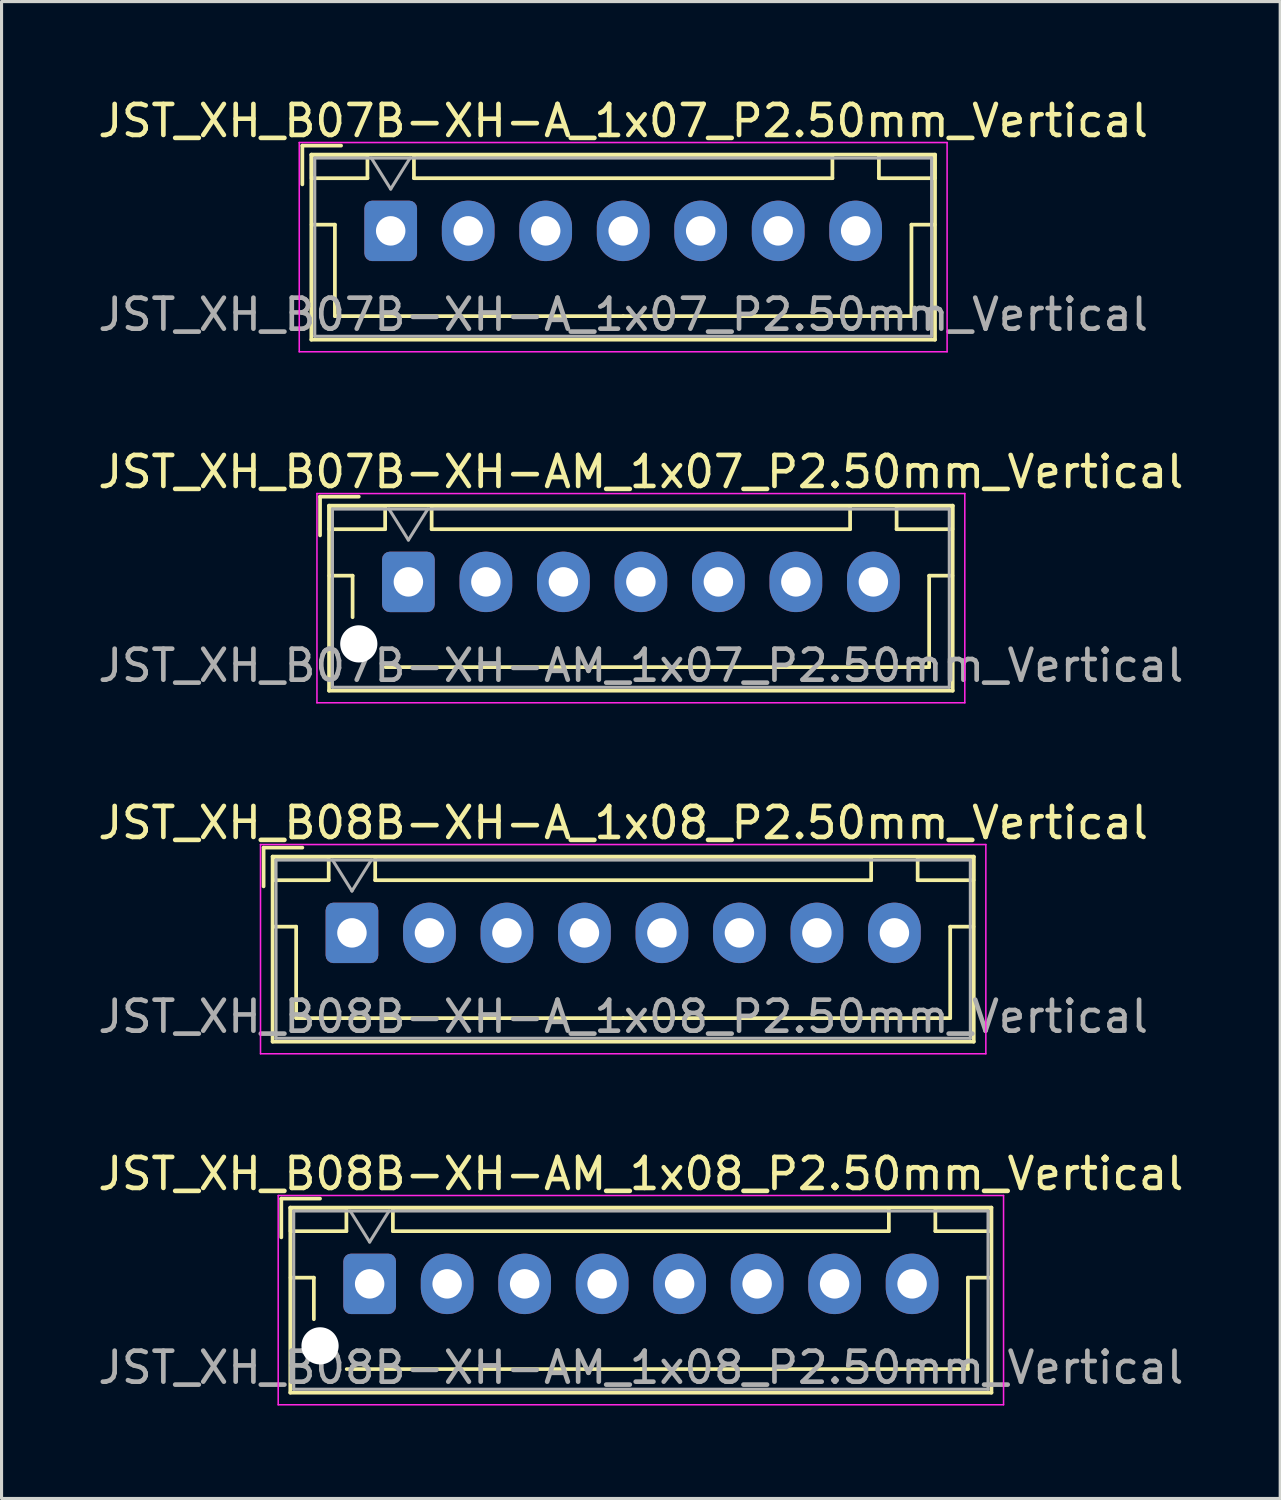
<source format=kicad_pcb>
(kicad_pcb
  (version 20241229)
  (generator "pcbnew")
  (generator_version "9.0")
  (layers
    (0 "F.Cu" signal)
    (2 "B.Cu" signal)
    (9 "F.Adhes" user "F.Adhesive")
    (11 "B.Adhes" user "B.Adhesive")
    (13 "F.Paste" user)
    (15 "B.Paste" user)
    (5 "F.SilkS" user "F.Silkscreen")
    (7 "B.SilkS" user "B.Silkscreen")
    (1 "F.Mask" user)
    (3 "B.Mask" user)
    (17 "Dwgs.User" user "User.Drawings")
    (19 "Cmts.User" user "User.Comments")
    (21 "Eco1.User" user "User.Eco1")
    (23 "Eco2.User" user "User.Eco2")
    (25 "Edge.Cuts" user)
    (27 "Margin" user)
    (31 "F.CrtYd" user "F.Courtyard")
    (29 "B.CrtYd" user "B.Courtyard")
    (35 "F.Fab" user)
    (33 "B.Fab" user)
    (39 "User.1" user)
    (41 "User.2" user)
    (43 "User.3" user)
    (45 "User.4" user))
  (footprint "JST_XH_B08B-XH-AM_1x08_P2.50mm_Vertical"
    (layer "F.Cu")
    (at 8.875 38.368)
    (property "Reference" "JST_XH_B08B-XH-AM_1x08_P2.50mm_Vertical" (at 8.75 -3.55 0) (layer "F.SilkS") (effects (font (size 1 1) (thickness 0.15))))
    (attr through_hole)
    (fp_line (start -2.85 -2.75) (end -2.85 -1.5) (stroke (width 0.12) (type solid)) (layer "F.SilkS"))
    (fp_line (start -2.56 -2.46) (end -2.56 3.51) (stroke (width 0.12) (type solid)) (layer "F.SilkS"))
    (fp_line (start -2.56 3.51) (end 20.06 3.51) (stroke (width 0.12) (type solid)) (layer "F.SilkS"))
    (fp_line (start -2.55 -2.45) (end -2.55 -1.7) (stroke (width 0.12) (type solid)) (layer "F.SilkS"))
    (fp_line (start -2.55 -1.7) (end -0.75 -1.7) (stroke (width 0.12) (type solid)) (layer "F.SilkS"))
    (fp_line (start -2.55 -0.2) (end -1.8 -0.2) (stroke (width 0.12) (type solid)) (layer "F.SilkS"))
    (fp_line (start -1.8 -0.2) (end -1.8 1.14) (stroke (width 0.12) (type solid)) (layer "F.SilkS"))
    (fp_line (start -1.6 -2.75) (end -2.85 -2.75) (stroke (width 0.12) (type solid)) (layer "F.SilkS"))
    (fp_line (start -0.75 -2.45) (end -2.55 -2.45) (stroke (width 0.12) (type solid)) (layer "F.SilkS"))
    (fp_line (start -0.75 -1.7) (end -0.75 -2.45) (stroke (width 0.12) (type solid)) (layer "F.SilkS"))
    (fp_line (start 0.75 -2.45) (end 0.75 -1.7) (stroke (width 0.12) (type solid)) (layer "F.SilkS"))
    (fp_line (start 0.75 -1.7) (end 16.75 -1.7) (stroke (width 0.12) (type solid)) (layer "F.SilkS"))
    (fp_line (start 8.75 2.75) (end -0.74 2.75) (stroke (width 0.12) (type solid)) (layer "F.SilkS"))
    (fp_line (start 16.75 -2.45) (end 0.75 -2.45) (stroke (width 0.12) (type solid)) (layer "F.SilkS"))
    (fp_line (start 16.75 -1.7) (end 16.75 -2.45) (stroke (width 0.12) (type solid)) (layer "F.SilkS"))
    (fp_line (start 18.25 -2.45) (end 18.25 -1.7) (stroke (width 0.12) (type solid)) (layer "F.SilkS"))
    (fp_line (start 18.25 -1.7) (end 20.05 -1.7) (stroke (width 0.12) (type solid)) (layer "F.SilkS"))
    (fp_line (start 19.3 -0.2) (end 19.3 2.75) (stroke (width 0.12) (type solid)) (layer "F.SilkS"))
    (fp_line (start 19.3 2.75) (end 8.75 2.75) (stroke (width 0.12) (type solid)) (layer "F.SilkS"))
    (fp_line (start 20.05 -2.45) (end 18.25 -2.45) (stroke (width 0.12) (type solid)) (layer "F.SilkS"))
    (fp_line (start 20.05 -1.7) (end 20.05 -2.45) (stroke (width 0.12) (type solid)) (layer "F.SilkS"))
    (fp_line (start 20.05 -0.2) (end 19.3 -0.2) (stroke (width 0.12) (type solid)) (layer "F.SilkS"))
    (fp_line (start 20.06 -2.46) (end -2.56 -2.46) (stroke (width 0.12) (type solid)) (layer "F.SilkS"))
    (fp_line (start 20.06 3.51) (end 20.06 -2.46) (stroke (width 0.12) (type solid)) (layer "F.SilkS"))
    (fp_line (start -2.95 -2.85) (end -2.95 3.9) (stroke (width 0.05) (type solid)) (layer "F.CrtYd"))
    (fp_line (start -2.95 3.9) (end 20.45 3.9) (stroke (width 0.05) (type solid)) (layer "F.CrtYd"))
    (fp_line (start 20.45 -2.85) (end -2.95 -2.85) (stroke (width 0.05) (type solid)) (layer "F.CrtYd"))
    (fp_line (start 20.45 3.9) (end 20.45 -2.85) (stroke (width 0.05) (type solid)) (layer "F.CrtYd"))
    (fp_line (start -2.45 -2.35) (end -2.45 3.4) (stroke (width 0.1) (type solid)) (layer "F.Fab"))
    (fp_line (start -2.45 3.4) (end 19.95 3.4) (stroke (width 0.1) (type solid)) (layer "F.Fab"))
    (fp_line (start -0.625 -2.35) (end 0 -1.35) (stroke (width 0.1) (type solid)) (layer "F.Fab"))
    (fp_line (start 0 -1.35) (end 0.625 -2.35) (stroke (width 0.1) (type solid)) (layer "F.Fab"))
    (fp_line (start 19.95 -2.35) (end -2.45 -2.35) (stroke (width 0.1) (type solid)) (layer "F.Fab"))
    (fp_line (start 19.95 3.4) (end 19.95 -2.35) (stroke (width 0.1) (type solid)) (layer "F.Fab"))
    (fp_text user "${REFERENCE}" (at 8.75 2.7 0) (layer "F.Fab") (effects (font (size 1 1) (thickness 0.15))))
    (pad "" np_thru_hole circle (at -1.6 2) (size 1.2 1.2) (drill 1.2) (layers "*.Cu" "*.Mask"))
    (pad "1" thru_hole roundrect (at 0 0) (size 1.7 1.95) (drill 0.95) (layers "*.Cu" "*.Mask") (roundrect_rratio 0.147))
    (pad "2" thru_hole oval (at 2.5 0) (size 1.7 1.95) (drill 0.95) (layers "*.Cu" "*.Mask"))
    (pad "3" thru_hole oval (at 5 0) (size 1.7 1.95) (drill 0.95) (layers "*.Cu" "*.Mask"))
    (pad "4" thru_hole oval (at 7.5 0) (size 1.7 1.95) (drill 0.95) (layers "*.Cu" "*.Mask"))
    (pad "5" thru_hole oval (at 10 0) (size 1.7 1.95) (drill 0.95) (layers "*.Cu" "*.Mask"))
    (pad "6" thru_hole oval (at 12.5 0) (size 1.7 1.95) (drill 0.95) (layers "*.Cu" "*.Mask"))
    (pad "7" thru_hole oval (at 15 0) (size 1.7 1.95) (drill 0.95) (layers "*.Cu" "*.Mask"))
    (pad "8" thru_hole oval (at 17.5 0) (size 1.7 1.95) (drill 0.95) (layers "*.Cu" "*.Mask")))
  (footprint "JST_XH_B07B-XH-AM_1x07_P2.50mm_Vertical"
    (layer "F.Cu")
    (at 10.125 15.722)
    (property "Reference" "JST_XH_B07B-XH-AM_1x07_P2.50mm_Vertical" (at 7.5 -3.55 0) (layer "F.SilkS") (effects (font (size 1 1) (thickness 0.15))))
    (attr through_hole)
    (fp_line (start -2.85 -2.75) (end -2.85 -1.5) (stroke (width 0.12) (type solid)) (layer "F.SilkS"))
    (fp_line (start -2.56 -2.46) (end -2.56 3.51) (stroke (width 0.12) (type solid)) (layer "F.SilkS"))
    (fp_line (start -2.56 3.51) (end 17.56 3.51) (stroke (width 0.12) (type solid)) (layer "F.SilkS"))
    (fp_line (start -2.55 -2.45) (end -2.55 -1.7) (stroke (width 0.12) (type solid)) (layer "F.SilkS"))
    (fp_line (start -2.55 -1.7) (end -0.75 -1.7) (stroke (width 0.12) (type solid)) (layer "F.SilkS"))
    (fp_line (start -2.55 -0.2) (end -1.8 -0.2) (stroke (width 0.12) (type solid)) (layer "F.SilkS"))
    (fp_line (start -1.8 -0.2) (end -1.8 1.14) (stroke (width 0.12) (type solid)) (layer "F.SilkS"))
    (fp_line (start -1.6 -2.75) (end -2.85 -2.75) (stroke (width 0.12) (type solid)) (layer "F.SilkS"))
    (fp_line (start -0.75 -2.45) (end -2.55 -2.45) (stroke (width 0.12) (type solid)) (layer "F.SilkS"))
    (fp_line (start -0.75 -1.7) (end -0.75 -2.45) (stroke (width 0.12) (type solid)) (layer "F.SilkS"))
    (fp_line (start 0.75 -2.45) (end 0.75 -1.7) (stroke (width 0.12) (type solid)) (layer "F.SilkS"))
    (fp_line (start 0.75 -1.7) (end 14.25 -1.7) (stroke (width 0.12) (type solid)) (layer "F.SilkS"))
    (fp_line (start 7.5 2.75) (end -0.74 2.75) (stroke (width 0.12) (type solid)) (layer "F.SilkS"))
    (fp_line (start 14.25 -2.45) (end 0.75 -2.45) (stroke (width 0.12) (type solid)) (layer "F.SilkS"))
    (fp_line (start 14.25 -1.7) (end 14.25 -2.45) (stroke (width 0.12) (type solid)) (layer "F.SilkS"))
    (fp_line (start 15.75 -2.45) (end 15.75 -1.7) (stroke (width 0.12) (type solid)) (layer "F.SilkS"))
    (fp_line (start 15.75 -1.7) (end 17.55 -1.7) (stroke (width 0.12) (type solid)) (layer "F.SilkS"))
    (fp_line (start 16.8 -0.2) (end 16.8 2.75) (stroke (width 0.12) (type solid)) (layer "F.SilkS"))
    (fp_line (start 16.8 2.75) (end 7.5 2.75) (stroke (width 0.12) (type solid)) (layer "F.SilkS"))
    (fp_line (start 17.55 -2.45) (end 15.75 -2.45) (stroke (width 0.12) (type solid)) (layer "F.SilkS"))
    (fp_line (start 17.55 -1.7) (end 17.55 -2.45) (stroke (width 0.12) (type solid)) (layer "F.SilkS"))
    (fp_line (start 17.55 -0.2) (end 16.8 -0.2) (stroke (width 0.12) (type solid)) (layer "F.SilkS"))
    (fp_line (start 17.56 -2.46) (end -2.56 -2.46) (stroke (width 0.12) (type solid)) (layer "F.SilkS"))
    (fp_line (start 17.56 3.51) (end 17.56 -2.46) (stroke (width 0.12) (type solid)) (layer "F.SilkS"))
    (fp_line (start -2.95 -2.85) (end -2.95 3.9) (stroke (width 0.05) (type solid)) (layer "F.CrtYd"))
    (fp_line (start -2.95 3.9) (end 17.95 3.9) (stroke (width 0.05) (type solid)) (layer "F.CrtYd"))
    (fp_line (start 17.95 -2.85) (end -2.95 -2.85) (stroke (width 0.05) (type solid)) (layer "F.CrtYd"))
    (fp_line (start 17.95 3.9) (end 17.95 -2.85) (stroke (width 0.05) (type solid)) (layer "F.CrtYd"))
    (fp_line (start -2.45 -2.35) (end -2.45 3.4) (stroke (width 0.1) (type solid)) (layer "F.Fab"))
    (fp_line (start -2.45 3.4) (end 17.45 3.4) (stroke (width 0.1) (type solid)) (layer "F.Fab"))
    (fp_line (start -0.625 -2.35) (end 0 -1.35) (stroke (width 0.1) (type solid)) (layer "F.Fab"))
    (fp_line (start 0 -1.35) (end 0.625 -2.35) (stroke (width 0.1) (type solid)) (layer "F.Fab"))
    (fp_line (start 17.45 -2.35) (end -2.45 -2.35) (stroke (width 0.1) (type solid)) (layer "F.Fab"))
    (fp_line (start 17.45 3.4) (end 17.45 -2.35) (stroke (width 0.1) (type solid)) (layer "F.Fab"))
    (fp_text user "${REFERENCE}" (at 7.5 2.7 0) (layer "F.Fab") (effects (font (size 1 1) (thickness 0.15))))
    (pad "" np_thru_hole circle (at -1.6 2) (size 1.2 1.2) (drill 1.2) (layers "*.Cu" "*.Mask"))
    (pad "1" thru_hole roundrect (at 0 0) (size 1.7 1.95) (drill 0.95) (layers "*.Cu" "*.Mask") (roundrect_rratio 0.147))
    (pad "2" thru_hole oval (at 2.5 0) (size 1.7 1.95) (drill 0.95) (layers "*.Cu" "*.Mask"))
    (pad "3" thru_hole oval (at 5 0) (size 1.7 1.95) (drill 0.95) (layers "*.Cu" "*.Mask"))
    (pad "4" thru_hole oval (at 7.5 0) (size 1.7 1.95) (drill 0.95) (layers "*.Cu" "*.Mask"))
    (pad "5" thru_hole oval (at 10 0) (size 1.7 1.95) (drill 0.95) (layers "*.Cu" "*.Mask"))
    (pad "6" thru_hole oval (at 12.5 0) (size 1.7 1.95) (drill 0.95) (layers "*.Cu" "*.Mask"))
    (pad "7" thru_hole oval (at 15 0) (size 1.7 1.95) (drill 0.95) (layers "*.Cu" "*.Mask")))
  (footprint "JST_XH_B07B-XH-A_1x07_P2.50mm_Vertical"
    (layer "F.Cu")
    (at 9.554 4.398)
    (property "Reference" "JST_XH_B07B-XH-A_1x07_P2.50mm_Vertical" (at 7.5 -3.55 0) (layer "F.SilkS") (effects (font (size 1 1) (thickness 0.15))))
    (attr through_hole)
    (fp_line (start -2.85 -2.75) (end -2.85 -1.5) (stroke (width 0.12) (type solid)) (layer "F.SilkS"))
    (fp_line (start -2.56 -2.46) (end -2.56 3.51) (stroke (width 0.12) (type solid)) (layer "F.SilkS"))
    (fp_line (start -2.56 3.51) (end 17.56 3.51) (stroke (width 0.12) (type solid)) (layer "F.SilkS"))
    (fp_line (start -2.55 -2.45) (end -2.55 -1.7) (stroke (width 0.12) (type solid)) (layer "F.SilkS"))
    (fp_line (start -2.55 -1.7) (end -0.75 -1.7) (stroke (width 0.12) (type solid)) (layer "F.SilkS"))
    (fp_line (start -2.55 -0.2) (end -1.8 -0.2) (stroke (width 0.12) (type solid)) (layer "F.SilkS"))
    (fp_line (start -1.8 -0.2) (end -1.8 2.75) (stroke (width 0.12) (type solid)) (layer "F.SilkS"))
    (fp_line (start -1.8 2.75) (end 7.5 2.75) (stroke (width 0.12) (type solid)) (layer "F.SilkS"))
    (fp_line (start -1.6 -2.75) (end -2.85 -2.75) (stroke (width 0.12) (type solid)) (layer "F.SilkS"))
    (fp_line (start -0.75 -2.45) (end -2.55 -2.45) (stroke (width 0.12) (type solid)) (layer "F.SilkS"))
    (fp_line (start -0.75 -1.7) (end -0.75 -2.45) (stroke (width 0.12) (type solid)) (layer "F.SilkS"))
    (fp_line (start 0.75 -2.45) (end 0.75 -1.7) (stroke (width 0.12) (type solid)) (layer "F.SilkS"))
    (fp_line (start 0.75 -1.7) (end 14.25 -1.7) (stroke (width 0.12) (type solid)) (layer "F.SilkS"))
    (fp_line (start 14.25 -2.45) (end 0.75 -2.45) (stroke (width 0.12) (type solid)) (layer "F.SilkS"))
    (fp_line (start 14.25 -1.7) (end 14.25 -2.45) (stroke (width 0.12) (type solid)) (layer "F.SilkS"))
    (fp_line (start 15.75 -2.45) (end 15.75 -1.7) (stroke (width 0.12) (type solid)) (layer "F.SilkS"))
    (fp_line (start 15.75 -1.7) (end 17.55 -1.7) (stroke (width 0.12) (type solid)) (layer "F.SilkS"))
    (fp_line (start 16.8 -0.2) (end 16.8 2.75) (stroke (width 0.12) (type solid)) (layer "F.SilkS"))
    (fp_line (start 16.8 2.75) (end 7.5 2.75) (stroke (width 0.12) (type solid)) (layer "F.SilkS"))
    (fp_line (start 17.55 -2.45) (end 15.75 -2.45) (stroke (width 0.12) (type solid)) (layer "F.SilkS"))
    (fp_line (start 17.55 -1.7) (end 17.55 -2.45) (stroke (width 0.12) (type solid)) (layer "F.SilkS"))
    (fp_line (start 17.55 -0.2) (end 16.8 -0.2) (stroke (width 0.12) (type solid)) (layer "F.SilkS"))
    (fp_line (start 17.56 -2.46) (end -2.56 -2.46) (stroke (width 0.12) (type solid)) (layer "F.SilkS"))
    (fp_line (start 17.56 3.51) (end 17.56 -2.46) (stroke (width 0.12) (type solid)) (layer "F.SilkS"))
    (fp_line (start -2.95 -2.85) (end -2.95 3.9) (stroke (width 0.05) (type solid)) (layer "F.CrtYd"))
    (fp_line (start -2.95 3.9) (end 17.95 3.9) (stroke (width 0.05) (type solid)) (layer "F.CrtYd"))
    (fp_line (start 17.95 -2.85) (end -2.95 -2.85) (stroke (width 0.05) (type solid)) (layer "F.CrtYd"))
    (fp_line (start 17.95 3.9) (end 17.95 -2.85) (stroke (width 0.05) (type solid)) (layer "F.CrtYd"))
    (fp_line (start -2.45 -2.35) (end -2.45 3.4) (stroke (width 0.1) (type solid)) (layer "F.Fab"))
    (fp_line (start -2.45 3.4) (end 17.45 3.4) (stroke (width 0.1) (type solid)) (layer "F.Fab"))
    (fp_line (start -0.625 -2.35) (end 0 -1.35) (stroke (width 0.1) (type solid)) (layer "F.Fab"))
    (fp_line (start 0 -1.35) (end 0.625 -2.35) (stroke (width 0.1) (type solid)) (layer "F.Fab"))
    (fp_line (start 17.45 -2.35) (end -2.45 -2.35) (stroke (width 0.1) (type solid)) (layer "F.Fab"))
    (fp_line (start 17.45 3.4) (end 17.45 -2.35) (stroke (width 0.1) (type solid)) (layer "F.Fab"))
    (fp_text user "${REFERENCE}" (at 7.5 2.7 0) (layer "F.Fab") (effects (font (size 1 1) (thickness 0.15))))
    (pad "1" thru_hole roundrect (at 0 0) (size 1.7 1.95) (drill 0.95) (layers "*.Cu" "*.Mask") (roundrect_rratio 0.147))
    (pad "2" thru_hole oval (at 2.5 0) (size 1.7 1.95) (drill 0.95) (layers "*.Cu" "*.Mask"))
    (pad "3" thru_hole oval (at 5 0) (size 1.7 1.95) (drill 0.95) (layers "*.Cu" "*.Mask"))
    (pad "4" thru_hole oval (at 7.5 0) (size 1.7 1.95) (drill 0.95) (layers "*.Cu" "*.Mask"))
    (pad "5" thru_hole oval (at 10 0) (size 1.7 1.95) (drill 0.95) (layers "*.Cu" "*.Mask"))
    (pad "6" thru_hole oval (at 12.5 0) (size 1.7 1.95) (drill 0.95) (layers "*.Cu" "*.Mask"))
    (pad "7" thru_hole oval (at 15 0) (size 1.7 1.95) (drill 0.95) (layers "*.Cu" "*.Mask")))
  (footprint "JST_XH_B08B-XH-A_1x08_P2.50mm_Vertical"
    (layer "F.Cu")
    (at 8.304 27.045)
    (property "Reference" "JST_XH_B08B-XH-A_1x08_P2.50mm_Vertical" (at 8.75 -3.55 0) (layer "F.SilkS") (effects (font (size 1 1) (thickness 0.15))))
    (attr through_hole)
    (fp_line (start -2.85 -2.75) (end -2.85 -1.5) (stroke (width 0.12) (type solid)) (layer "F.SilkS"))
    (fp_line (start -2.56 -2.46) (end -2.56 3.51) (stroke (width 0.12) (type solid)) (layer "F.SilkS"))
    (fp_line (start -2.56 3.51) (end 20.06 3.51) (stroke (width 0.12) (type solid)) (layer "F.SilkS"))
    (fp_line (start -2.55 -2.45) (end -2.55 -1.7) (stroke (width 0.12) (type solid)) (layer "F.SilkS"))
    (fp_line (start -2.55 -1.7) (end -0.75 -1.7) (stroke (width 0.12) (type solid)) (layer "F.SilkS"))
    (fp_line (start -2.55 -0.2) (end -1.8 -0.2) (stroke (width 0.12) (type solid)) (layer "F.SilkS"))
    (fp_line (start -1.8 -0.2) (end -1.8 2.75) (stroke (width 0.12) (type solid)) (layer "F.SilkS"))
    (fp_line (start -1.8 2.75) (end 8.75 2.75) (stroke (width 0.12) (type solid)) (layer "F.SilkS"))
    (fp_line (start -1.6 -2.75) (end -2.85 -2.75) (stroke (width 0.12) (type solid)) (layer "F.SilkS"))
    (fp_line (start -0.75 -2.45) (end -2.55 -2.45) (stroke (width 0.12) (type solid)) (layer "F.SilkS"))
    (fp_line (start -0.75 -1.7) (end -0.75 -2.45) (stroke (width 0.12) (type solid)) (layer "F.SilkS"))
    (fp_line (start 0.75 -2.45) (end 0.75 -1.7) (stroke (width 0.12) (type solid)) (layer "F.SilkS"))
    (fp_line (start 0.75 -1.7) (end 16.75 -1.7) (stroke (width 0.12) (type solid)) (layer "F.SilkS"))
    (fp_line (start 16.75 -2.45) (end 0.75 -2.45) (stroke (width 0.12) (type solid)) (layer "F.SilkS"))
    (fp_line (start 16.75 -1.7) (end 16.75 -2.45) (stroke (width 0.12) (type solid)) (layer "F.SilkS"))
    (fp_line (start 18.25 -2.45) (end 18.25 -1.7) (stroke (width 0.12) (type solid)) (layer "F.SilkS"))
    (fp_line (start 18.25 -1.7) (end 20.05 -1.7) (stroke (width 0.12) (type solid)) (layer "F.SilkS"))
    (fp_line (start 19.3 -0.2) (end 19.3 2.75) (stroke (width 0.12) (type solid)) (layer "F.SilkS"))
    (fp_line (start 19.3 2.75) (end 8.75 2.75) (stroke (width 0.12) (type solid)) (layer "F.SilkS"))
    (fp_line (start 20.05 -2.45) (end 18.25 -2.45) (stroke (width 0.12) (type solid)) (layer "F.SilkS"))
    (fp_line (start 20.05 -1.7) (end 20.05 -2.45) (stroke (width 0.12) (type solid)) (layer "F.SilkS"))
    (fp_line (start 20.05 -0.2) (end 19.3 -0.2) (stroke (width 0.12) (type solid)) (layer "F.SilkS"))
    (fp_line (start 20.06 -2.46) (end -2.56 -2.46) (stroke (width 0.12) (type solid)) (layer "F.SilkS"))
    (fp_line (start 20.06 3.51) (end 20.06 -2.46) (stroke (width 0.12) (type solid)) (layer "F.SilkS"))
    (fp_line (start -2.95 -2.85) (end -2.95 3.9) (stroke (width 0.05) (type solid)) (layer "F.CrtYd"))
    (fp_line (start -2.95 3.9) (end 20.45 3.9) (stroke (width 0.05) (type solid)) (layer "F.CrtYd"))
    (fp_line (start 20.45 -2.85) (end -2.95 -2.85) (stroke (width 0.05) (type solid)) (layer "F.CrtYd"))
    (fp_line (start 20.45 3.9) (end 20.45 -2.85) (stroke (width 0.05) (type solid)) (layer "F.CrtYd"))
    (fp_line (start -2.45 -2.35) (end -2.45 3.4) (stroke (width 0.1) (type solid)) (layer "F.Fab"))
    (fp_line (start -2.45 3.4) (end 19.95 3.4) (stroke (width 0.1) (type solid)) (layer "F.Fab"))
    (fp_line (start -0.625 -2.35) (end 0 -1.35) (stroke (width 0.1) (type solid)) (layer "F.Fab"))
    (fp_line (start 0 -1.35) (end 0.625 -2.35) (stroke (width 0.1) (type solid)) (layer "F.Fab"))
    (fp_line (start 19.95 -2.35) (end -2.45 -2.35) (stroke (width 0.1) (type solid)) (layer "F.Fab"))
    (fp_line (start 19.95 3.4) (end 19.95 -2.35) (stroke (width 0.1) (type solid)) (layer "F.Fab"))
    (fp_text user "${REFERENCE}" (at 8.75 2.7 0) (layer "F.Fab") (effects (font (size 1 1) (thickness 0.15))))
    (pad "1" thru_hole roundrect (at 0 0) (size 1.7 1.95) (drill 0.95) (layers "*.Cu" "*.Mask") (roundrect_rratio 0.147))
    (pad "2" thru_hole oval (at 2.5 0) (size 1.7 1.95) (drill 0.95) (layers "*.Cu" "*.Mask"))
    (pad "3" thru_hole oval (at 5 0) (size 1.7 1.95) (drill 0.95) (layers "*.Cu" "*.Mask"))
    (pad "4" thru_hole oval (at 7.5 0) (size 1.7 1.95) (drill 0.95) (layers "*.Cu" "*.Mask"))
    (pad "5" thru_hole oval (at 10 0) (size 1.7 1.95) (drill 0.95) (layers "*.Cu" "*.Mask"))
    (pad "6" thru_hole oval (at 12.5 0) (size 1.7 1.95) (drill 0.95) (layers "*.Cu" "*.Mask"))
    (pad "7" thru_hole oval (at 15 0) (size 1.7 1.95) (drill 0.95) (layers "*.Cu" "*.Mask"))
    (pad "8" thru_hole oval (at 17.5 0) (size 1.7 1.95) (drill 0.95) (layers "*.Cu" "*.Mask")))
  (gr_rect
    (start -3 -3)
    (end 38.25 45.293)
    (stroke (width 0.1) (type default))
    (fill no)
    (layer "Edge.Cuts")))
</source>
